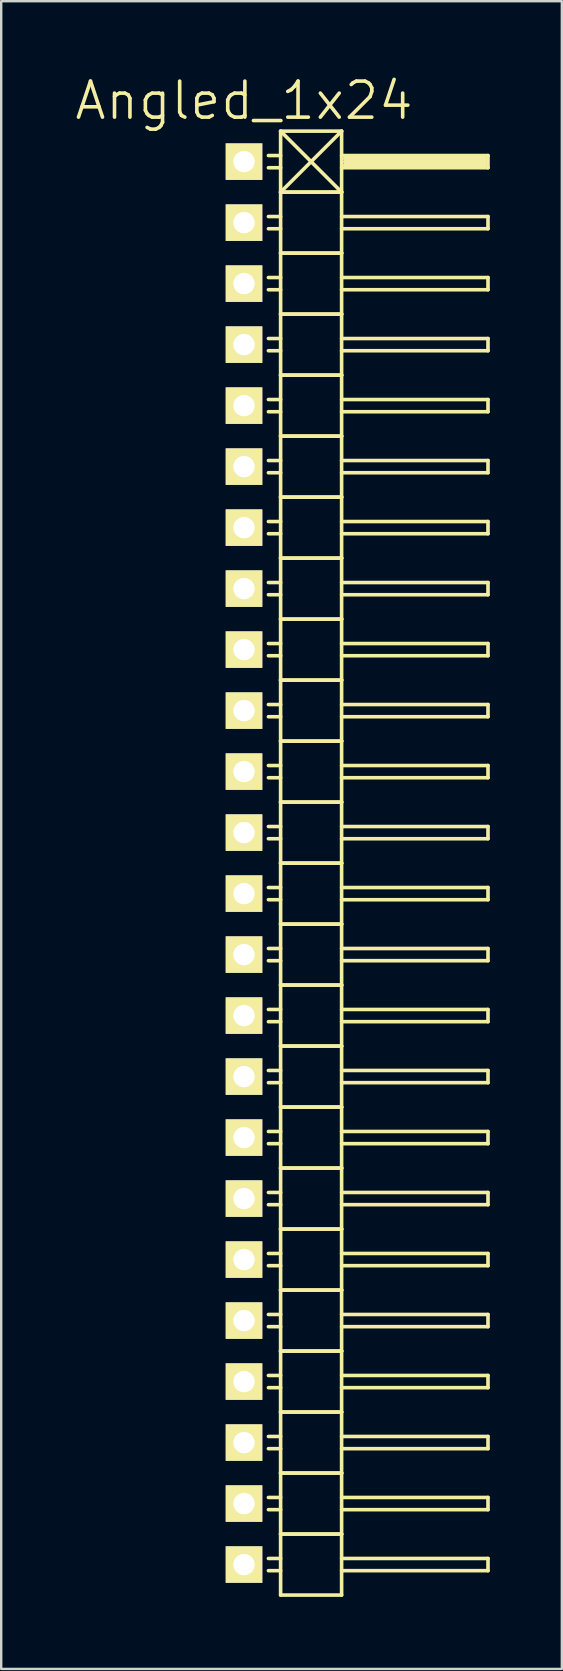
<source format=kicad_pcb>
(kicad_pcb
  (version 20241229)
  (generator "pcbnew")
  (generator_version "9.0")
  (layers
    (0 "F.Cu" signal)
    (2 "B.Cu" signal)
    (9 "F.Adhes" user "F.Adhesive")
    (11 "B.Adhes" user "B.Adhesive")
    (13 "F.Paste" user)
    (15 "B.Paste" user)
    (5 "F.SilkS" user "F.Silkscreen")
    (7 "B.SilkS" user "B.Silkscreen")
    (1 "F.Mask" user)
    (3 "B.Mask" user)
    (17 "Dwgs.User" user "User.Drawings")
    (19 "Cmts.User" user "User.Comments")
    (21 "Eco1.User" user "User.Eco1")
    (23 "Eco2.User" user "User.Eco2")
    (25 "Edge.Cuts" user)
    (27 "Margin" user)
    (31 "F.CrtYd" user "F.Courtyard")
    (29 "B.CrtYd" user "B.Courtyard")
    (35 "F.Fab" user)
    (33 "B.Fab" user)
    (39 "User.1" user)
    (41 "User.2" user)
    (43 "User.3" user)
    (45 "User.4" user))
  (footprint "Angled_1x24"
    (layer "F.Cu")
    (at 7.111 32.891)
    (property "Reference" "Angled_1x24" (at 0 -31.75 0) (layer "F.SilkS") (effects (font (size 1.5 1.5) (thickness 0.15))))
    (attr through_hole)
    (fp_line (start 1.524 -30.48) (end 1.524 -27.94) (stroke (width 0.15) (type solid)) (layer "F.SilkS"))
    (fp_line (start 1.524 -30.48) (end 4.064 -30.48) (stroke (width 0.15) (type solid)) (layer "F.SilkS"))
    (fp_line (start 1.524 -29.464) (end 1.016 -29.464) (stroke (width 0.15) (type solid)) (layer "F.SilkS"))
    (fp_line (start 1.524 -28.956) (end 1.016 -28.956) (stroke (width 0.15) (type solid)) (layer "F.SilkS"))
    (fp_line (start 1.524 -27.94) (end 1.524 -25.4) (stroke (width 0.15) (type solid)) (layer "F.SilkS"))
    (fp_line (start 1.524 -27.94) (end 4.064 -27.94) (stroke (width 0.15) (type solid)) (layer "F.SilkS"))
    (fp_line (start 1.524 -27.94) (end 4.064 -27.94) (stroke (width 0.15) (type solid)) (layer "F.SilkS"))
    (fp_line (start 1.524 -26.924) (end 1.016 -26.924) (stroke (width 0.15) (type solid)) (layer "F.SilkS"))
    (fp_line (start 1.524 -26.416) (end 1.016 -26.416) (stroke (width 0.15) (type solid)) (layer "F.SilkS"))
    (fp_line (start 1.524 -25.4) (end 1.524 -22.86) (stroke (width 0.15) (type solid)) (layer "F.SilkS"))
    (fp_line (start 1.524 -25.4) (end 4.064 -25.4) (stroke (width 0.15) (type solid)) (layer "F.SilkS"))
    (fp_line (start 1.524 -25.4) (end 4.064 -25.4) (stroke (width 0.15) (type solid)) (layer "F.SilkS"))
    (fp_line (start 1.524 -24.384) (end 1.016 -24.384) (stroke (width 0.15) (type solid)) (layer "F.SilkS"))
    (fp_line (start 1.524 -23.876) (end 1.016 -23.876) (stroke (width 0.15) (type solid)) (layer "F.SilkS"))
    (fp_line (start 1.524 -22.86) (end 1.524 -20.32) (stroke (width 0.15) (type solid)) (layer "F.SilkS"))
    (fp_line (start 1.524 -22.86) (end 4.064 -22.86) (stroke (width 0.15) (type solid)) (layer "F.SilkS"))
    (fp_line (start 1.524 -22.86) (end 4.064 -22.86) (stroke (width 0.15) (type solid)) (layer "F.SilkS"))
    (fp_line (start 1.524 -21.844) (end 1.016 -21.844) (stroke (width 0.15) (type solid)) (layer "F.SilkS"))
    (fp_line (start 1.524 -21.336) (end 1.016 -21.336) (stroke (width 0.15) (type solid)) (layer "F.SilkS"))
    (fp_line (start 1.524 -20.32) (end 1.524 -17.78) (stroke (width 0.15) (type solid)) (layer "F.SilkS"))
    (fp_line (start 1.524 -20.32) (end 4.064 -20.32) (stroke (width 0.15) (type solid)) (layer "F.SilkS"))
    (fp_line (start 1.524 -20.32) (end 4.064 -20.32) (stroke (width 0.15) (type solid)) (layer "F.SilkS"))
    (fp_line (start 1.524 -19.304) (end 1.016 -19.304) (stroke (width 0.15) (type solid)) (layer "F.SilkS"))
    (fp_line (start 1.524 -18.796) (end 1.016 -18.796) (stroke (width 0.15) (type solid)) (layer "F.SilkS"))
    (fp_line (start 1.524 -17.78) (end 1.524 -15.24) (stroke (width 0.15) (type solid)) (layer "F.SilkS"))
    (fp_line (start 1.524 -17.78) (end 4.064 -17.78) (stroke (width 0.15) (type solid)) (layer "F.SilkS"))
    (fp_line (start 1.524 -17.78) (end 4.064 -17.78) (stroke (width 0.15) (type solid)) (layer "F.SilkS"))
    (fp_line (start 1.524 -16.764) (end 1.016 -16.764) (stroke (width 0.15) (type solid)) (layer "F.SilkS"))
    (fp_line (start 1.524 -16.256) (end 1.016 -16.256) (stroke (width 0.15) (type solid)) (layer "F.SilkS"))
    (fp_line (start 1.524 -15.24) (end 1.524 -12.7) (stroke (width 0.15) (type solid)) (layer "F.SilkS"))
    (fp_line (start 1.524 -15.24) (end 4.064 -15.24) (stroke (width 0.15) (type solid)) (layer "F.SilkS"))
    (fp_line (start 1.524 -15.24) (end 4.064 -15.24) (stroke (width 0.15) (type solid)) (layer "F.SilkS"))
    (fp_line (start 1.524 -14.224) (end 1.016 -14.224) (stroke (width 0.15) (type solid)) (layer "F.SilkS"))
    (fp_line (start 1.524 -13.716) (end 1.016 -13.716) (stroke (width 0.15) (type solid)) (layer "F.SilkS"))
    (fp_line (start 1.524 -12.7) (end 1.524 -10.16) (stroke (width 0.15) (type solid)) (layer "F.SilkS"))
    (fp_line (start 1.524 -12.7) (end 4.064 -12.7) (stroke (width 0.15) (type solid)) (layer "F.SilkS"))
    (fp_line (start 1.524 -12.7) (end 4.064 -12.7) (stroke (width 0.15) (type solid)) (layer "F.SilkS"))
    (fp_line (start 1.524 -11.684) (end 1.016 -11.684) (stroke (width 0.15) (type solid)) (layer "F.SilkS"))
    (fp_line (start 1.524 -11.176) (end 1.016 -11.176) (stroke (width 0.15) (type solid)) (layer "F.SilkS"))
    (fp_line (start 1.524 -10.16) (end 1.524 -7.62) (stroke (width 0.15) (type solid)) (layer "F.SilkS"))
    (fp_line (start 1.524 -10.16) (end 4.064 -10.16) (stroke (width 0.15) (type solid)) (layer "F.SilkS"))
    (fp_line (start 1.524 -10.16) (end 4.064 -10.16) (stroke (width 0.15) (type solid)) (layer "F.SilkS"))
    (fp_line (start 1.524 -9.144) (end 1.016 -9.144) (stroke (width 0.15) (type solid)) (layer "F.SilkS"))
    (fp_line (start 1.524 -8.636) (end 1.016 -8.636) (stroke (width 0.15) (type solid)) (layer "F.SilkS"))
    (fp_line (start 1.524 -7.62) (end 1.524 -5.08) (stroke (width 0.15) (type solid)) (layer "F.SilkS"))
    (fp_line (start 1.524 -7.62) (end 4.064 -7.62) (stroke (width 0.15) (type solid)) (layer "F.SilkS"))
    (fp_line (start 1.524 -7.62) (end 4.064 -7.62) (stroke (width 0.15) (type solid)) (layer "F.SilkS"))
    (fp_line (start 1.524 -6.604) (end 1.016 -6.604) (stroke (width 0.15) (type solid)) (layer "F.SilkS"))
    (fp_line (start 1.524 -6.096) (end 1.016 -6.096) (stroke (width 0.15) (type solid)) (layer "F.SilkS"))
    (fp_line (start 1.524 -5.08) (end 1.524 -2.54) (stroke (width 0.15) (type solid)) (layer "F.SilkS"))
    (fp_line (start 1.524 -5.08) (end 4.064 -5.08) (stroke (width 0.15) (type solid)) (layer "F.SilkS"))
    (fp_line (start 1.524 -5.08) (end 4.064 -5.08) (stroke (width 0.15) (type solid)) (layer "F.SilkS"))
    (fp_line (start 1.524 -4.064) (end 1.016 -4.064) (stroke (width 0.15) (type solid)) (layer "F.SilkS"))
    (fp_line (start 1.524 -3.556) (end 1.016 -3.556) (stroke (width 0.15) (type solid)) (layer "F.SilkS"))
    (fp_line (start 1.524 -2.54) (end 1.524 0) (stroke (width 0.15) (type solid)) (layer "F.SilkS"))
    (fp_line (start 1.524 -2.54) (end 4.064 -2.54) (stroke (width 0.15) (type solid)) (layer "F.SilkS"))
    (fp_line (start 1.524 -2.54) (end 4.064 -2.54) (stroke (width 0.15) (type solid)) (layer "F.SilkS"))
    (fp_line (start 1.524 -1.524) (end 1.016 -1.524) (stroke (width 0.15) (type solid)) (layer "F.SilkS"))
    (fp_line (start 1.524 -1.016) (end 1.016 -1.016) (stroke (width 0.15) (type solid)) (layer "F.SilkS"))
    (fp_line (start 1.524 0) (end 1.524 2.54) (stroke (width 0.15) (type solid)) (layer "F.SilkS"))
    (fp_line (start 1.524 0) (end 4.064 0) (stroke (width 0.15) (type solid)) (layer "F.SilkS"))
    (fp_line (start 1.524 0) (end 4.064 0) (stroke (width 0.15) (type solid)) (layer "F.SilkS"))
    (fp_line (start 1.524 1.016) (end 1.016 1.016) (stroke (width 0.15) (type solid)) (layer "F.SilkS"))
    (fp_line (start 1.524 1.524) (end 1.016 1.524) (stroke (width 0.15) (type solid)) (layer "F.SilkS"))
    (fp_line (start 1.524 2.54) (end 1.524 5.08) (stroke (width 0.15) (type solid)) (layer "F.SilkS"))
    (fp_line (start 1.524 2.54) (end 4.064 2.54) (stroke (width 0.15) (type solid)) (layer "F.SilkS"))
    (fp_line (start 1.524 2.54) (end 4.064 2.54) (stroke (width 0.15) (type solid)) (layer "F.SilkS"))
    (fp_line (start 1.524 3.556) (end 1.016 3.556) (stroke (width 0.15) (type solid)) (layer "F.SilkS"))
    (fp_line (start 1.524 4.064) (end 1.016 4.064) (stroke (width 0.15) (type solid)) (layer "F.SilkS"))
    (fp_line (start 1.524 5.08) (end 1.524 7.62) (stroke (width 0.15) (type solid)) (layer "F.SilkS"))
    (fp_line (start 1.524 5.08) (end 4.064 5.08) (stroke (width 0.15) (type solid)) (layer "F.SilkS"))
    (fp_line (start 1.524 5.08) (end 4.064 5.08) (stroke (width 0.15) (type solid)) (layer "F.SilkS"))
    (fp_line (start 1.524 6.096) (end 1.016 6.096) (stroke (width 0.15) (type solid)) (layer "F.SilkS"))
    (fp_line (start 1.524 6.604) (end 1.016 6.604) (stroke (width 0.15) (type solid)) (layer "F.SilkS"))
    (fp_line (start 1.524 7.62) (end 1.524 10.16) (stroke (width 0.15) (type solid)) (layer "F.SilkS"))
    (fp_line (start 1.524 7.62) (end 4.064 7.62) (stroke (width 0.15) (type solid)) (layer "F.SilkS"))
    (fp_line (start 1.524 7.62) (end 4.064 7.62) (stroke (width 0.15) (type solid)) (layer "F.SilkS"))
    (fp_line (start 1.524 8.636) (end 1.016 8.636) (stroke (width 0.15) (type solid)) (layer "F.SilkS"))
    (fp_line (start 1.524 9.144) (end 1.016 9.144) (stroke (width 0.15) (type solid)) (layer "F.SilkS"))
    (fp_line (start 1.524 10.16) (end 1.524 12.7) (stroke (width 0.15) (type solid)) (layer "F.SilkS"))
    (fp_line (start 1.524 10.16) (end 4.064 10.16) (stroke (width 0.15) (type solid)) (layer "F.SilkS"))
    (fp_line (start 1.524 10.16) (end 4.064 10.16) (stroke (width 0.15) (type solid)) (layer "F.SilkS"))
    (fp_line (start 1.524 11.176) (end 1.016 11.176) (stroke (width 0.15) (type solid)) (layer "F.SilkS"))
    (fp_line (start 1.524 11.684) (end 1.016 11.684) (stroke (width 0.15) (type solid)) (layer "F.SilkS"))
    (fp_line (start 1.524 12.7) (end 1.524 15.24) (stroke (width 0.15) (type solid)) (layer "F.SilkS"))
    (fp_line (start 1.524 12.7) (end 4.064 12.7) (stroke (width 0.15) (type solid)) (layer "F.SilkS"))
    (fp_line (start 1.524 12.7) (end 4.064 12.7) (stroke (width 0.15) (type solid)) (layer "F.SilkS"))
    (fp_line (start 1.524 13.716) (end 1.016 13.716) (stroke (width 0.15) (type solid)) (layer "F.SilkS"))
    (fp_line (start 1.524 14.224) (end 1.016 14.224) (stroke (width 0.15) (type solid)) (layer "F.SilkS"))
    (fp_line (start 1.524 15.24) (end 1.524 17.78) (stroke (width 0.15) (type solid)) (layer "F.SilkS"))
    (fp_line (start 1.524 15.24) (end 4.064 15.24) (stroke (width 0.15) (type solid)) (layer "F.SilkS"))
    (fp_line (start 1.524 15.24) (end 4.064 15.24) (stroke (width 0.15) (type solid)) (layer "F.SilkS"))
    (fp_line (start 1.524 16.256) (end 1.016 16.256) (stroke (width 0.15) (type solid)) (layer "F.SilkS"))
    (fp_line (start 1.524 16.764) (end 1.016 16.764) (stroke (width 0.15) (type solid)) (layer "F.SilkS"))
    (fp_line (start 1.524 17.78) (end 1.524 20.32) (stroke (width 0.15) (type solid)) (layer "F.SilkS"))
    (fp_line (start 1.524 17.78) (end 4.064 17.78) (stroke (width 0.15) (type solid)) (layer "F.SilkS"))
    (fp_line (start 1.524 17.78) (end 4.064 17.78) (stroke (width 0.15) (type solid)) (layer "F.SilkS"))
    (fp_line (start 1.524 18.796) (end 1.016 18.796) (stroke (width 0.15) (type solid)) (layer "F.SilkS"))
    (fp_line (start 1.524 19.304) (end 1.016 19.304) (stroke (width 0.15) (type solid)) (layer "F.SilkS"))
    (fp_line (start 1.524 20.32) (end 1.524 22.86) (stroke (width 0.15) (type solid)) (layer "F.SilkS"))
    (fp_line (start 1.524 20.32) (end 4.064 20.32) (stroke (width 0.15) (type solid)) (layer "F.SilkS"))
    (fp_line (start 1.524 20.32) (end 4.064 20.32) (stroke (width 0.15) (type solid)) (layer "F.SilkS"))
    (fp_line (start 1.524 21.336) (end 1.016 21.336) (stroke (width 0.15) (type solid)) (layer "F.SilkS"))
    (fp_line (start 1.524 21.844) (end 1.016 21.844) (stroke (width 0.15) (type solid)) (layer "F.SilkS"))
    (fp_line (start 1.524 22.86) (end 1.524 25.4) (stroke (width 0.15) (type solid)) (layer "F.SilkS"))
    (fp_line (start 1.524 22.86) (end 4.064 22.86) (stroke (width 0.15) (type solid)) (layer "F.SilkS"))
    (fp_line (start 1.524 22.86) (end 4.064 22.86) (stroke (width 0.15) (type solid)) (layer "F.SilkS"))
    (fp_line (start 1.524 23.876) (end 1.016 23.876) (stroke (width 0.15) (type solid)) (layer "F.SilkS"))
    (fp_line (start 1.524 24.384) (end 1.016 24.384) (stroke (width 0.15) (type solid)) (layer "F.SilkS"))
    (fp_line (start 1.524 25.4) (end 1.524 27.94) (stroke (width 0.15) (type solid)) (layer "F.SilkS"))
    (fp_line (start 1.524 25.4) (end 4.064 25.4) (stroke (width 0.15) (type solid)) (layer "F.SilkS"))
    (fp_line (start 1.524 25.4) (end 4.064 25.4) (stroke (width 0.15) (type solid)) (layer "F.SilkS"))
    (fp_line (start 1.524 26.416) (end 1.016 26.416) (stroke (width 0.15) (type solid)) (layer "F.SilkS"))
    (fp_line (start 1.524 26.924) (end 1.016 26.924) (stroke (width 0.15) (type solid)) (layer "F.SilkS"))
    (fp_line (start 1.524 27.94) (end 1.524 30.48) (stroke (width 0.15) (type solid)) (layer "F.SilkS"))
    (fp_line (start 1.524 27.94) (end 4.064 27.94) (stroke (width 0.15) (type solid)) (layer "F.SilkS"))
    (fp_line (start 1.524 27.94) (end 4.064 27.94) (stroke (width 0.15) (type solid)) (layer "F.SilkS"))
    (fp_line (start 1.524 28.956) (end 1.016 28.956) (stroke (width 0.15) (type solid)) (layer "F.SilkS"))
    (fp_line (start 1.524 29.464) (end 1.016 29.464) (stroke (width 0.15) (type solid)) (layer "F.SilkS"))
    (fp_line (start 1.524 30.48) (end 4.064 30.48) (stroke (width 0.15) (type solid)) (layer "F.SilkS"))
    (fp_line (start 4.064 -30.48) (end 1.524 -27.94) (stroke (width 0.15) (type solid)) (layer "F.SilkS"))
    (fp_line (start 4.064 -29.464) (end 10.16 -29.464) (stroke (width 0.15) (type solid)) (layer "F.SilkS"))
    (fp_line (start 4.064 -27.94) (end 1.524 -30.48) (stroke (width 0.15) (type solid)) (layer "F.SilkS"))
    (fp_line (start 4.064 -27.94) (end 4.064 -30.48) (stroke (width 0.15) (type solid)) (layer "F.SilkS"))
    (fp_line (start 4.064 -26.924) (end 10.16 -26.924) (stroke (width 0.15) (type solid)) (layer "F.SilkS"))
    (fp_line (start 4.064 -25.4) (end 4.064 -27.94) (stroke (width 0.15) (type solid)) (layer "F.SilkS"))
    (fp_line (start 4.064 -24.384) (end 10.16 -24.384) (stroke (width 0.15) (type solid)) (layer "F.SilkS"))
    (fp_line (start 4.064 -22.86) (end 4.064 -25.4) (stroke (width 0.15) (type solid)) (layer "F.SilkS"))
    (fp_line (start 4.064 -21.844) (end 10.16 -21.844) (stroke (width 0.15) (type solid)) (layer "F.SilkS"))
    (fp_line (start 4.064 -20.32) (end 4.064 -22.86) (stroke (width 0.15) (type solid)) (layer "F.SilkS"))
    (fp_line (start 4.064 -19.304) (end 10.16 -19.304) (stroke (width 0.15) (type solid)) (layer "F.SilkS"))
    (fp_line (start 4.064 -17.78) (end 4.064 -20.32) (stroke (width 0.15) (type solid)) (layer "F.SilkS"))
    (fp_line (start 4.064 -16.764) (end 10.16 -16.764) (stroke (width 0.15) (type solid)) (layer "F.SilkS"))
    (fp_line (start 4.064 -15.24) (end 4.064 -17.78) (stroke (width 0.15) (type solid)) (layer "F.SilkS"))
    (fp_line (start 4.064 -14.224) (end 10.16 -14.224) (stroke (width 0.15) (type solid)) (layer "F.SilkS"))
    (fp_line (start 4.064 -12.7) (end 4.064 -15.24) (stroke (width 0.15) (type solid)) (layer "F.SilkS"))
    (fp_line (start 4.064 -11.684) (end 10.16 -11.684) (stroke (width 0.15) (type solid)) (layer "F.SilkS"))
    (fp_line (start 4.064 -10.16) (end 4.064 -12.7) (stroke (width 0.15) (type solid)) (layer "F.SilkS"))
    (fp_line (start 4.064 -9.144) (end 10.16 -9.144) (stroke (width 0.15) (type solid)) (layer "F.SilkS"))
    (fp_line (start 4.064 -7.62) (end 4.064 -10.16) (stroke (width 0.15) (type solid)) (layer "F.SilkS"))
    (fp_line (start 4.064 -6.604) (end 10.16 -6.604) (stroke (width 0.15) (type solid)) (layer "F.SilkS"))
    (fp_line (start 4.064 -5.08) (end 4.064 -7.62) (stroke (width 0.15) (type solid)) (layer "F.SilkS"))
    (fp_line (start 4.064 -4.064) (end 10.16 -4.064) (stroke (width 0.15) (type solid)) (layer "F.SilkS"))
    (fp_line (start 4.064 -2.54) (end 4.064 -5.08) (stroke (width 0.15) (type solid)) (layer "F.SilkS"))
    (fp_line (start 4.064 -1.524) (end 10.16 -1.524) (stroke (width 0.15) (type solid)) (layer "F.SilkS"))
    (fp_line (start 4.064 0) (end 4.064 -2.54) (stroke (width 0.15) (type solid)) (layer "F.SilkS"))
    (fp_line (start 4.064 1.016) (end 10.16 1.016) (stroke (width 0.15) (type solid)) (layer "F.SilkS"))
    (fp_line (start 4.064 2.54) (end 4.064 0) (stroke (width 0.15) (type solid)) (layer "F.SilkS"))
    (fp_line (start 4.064 3.556) (end 10.16 3.556) (stroke (width 0.15) (type solid)) (layer "F.SilkS"))
    (fp_line (start 4.064 5.08) (end 4.064 2.54) (stroke (width 0.15) (type solid)) (layer "F.SilkS"))
    (fp_line (start 4.064 6.096) (end 10.16 6.096) (stroke (width 0.15) (type solid)) (layer "F.SilkS"))
    (fp_line (start 4.064 7.62) (end 4.064 5.08) (stroke (width 0.15) (type solid)) (layer "F.SilkS"))
    (fp_line (start 4.064 8.636) (end 10.16 8.636) (stroke (width 0.15) (type solid)) (layer "F.SilkS"))
    (fp_line (start 4.064 10.16) (end 4.064 7.62) (stroke (width 0.15) (type solid)) (layer "F.SilkS"))
    (fp_line (start 4.064 11.176) (end 10.16 11.176) (stroke (width 0.15) (type solid)) (layer "F.SilkS"))
    (fp_line (start 4.064 12.7) (end 4.064 10.16) (stroke (width 0.15) (type solid)) (layer "F.SilkS"))
    (fp_line (start 4.064 13.716) (end 10.16 13.716) (stroke (width 0.15) (type solid)) (layer "F.SilkS"))
    (fp_line (start 4.064 15.24) (end 4.064 12.7) (stroke (width 0.15) (type solid)) (layer "F.SilkS"))
    (fp_line (start 4.064 16.256) (end 10.16 16.256) (stroke (width 0.15) (type solid)) (layer "F.SilkS"))
    (fp_line (start 4.064 17.78) (end 4.064 15.24) (stroke (width 0.15) (type solid)) (layer "F.SilkS"))
    (fp_line (start 4.064 18.796) (end 10.16 18.796) (stroke (width 0.15) (type solid)) (layer "F.SilkS"))
    (fp_line (start 4.064 20.32) (end 4.064 17.78) (stroke (width 0.15) (type solid)) (layer "F.SilkS"))
    (fp_line (start 4.064 21.336) (end 10.16 21.336) (stroke (width 0.15) (type solid)) (layer "F.SilkS"))
    (fp_line (start 4.064 22.86) (end 4.064 20.32) (stroke (width 0.15) (type solid)) (layer "F.SilkS"))
    (fp_line (start 4.064 23.876) (end 10.16 23.876) (stroke (width 0.15) (type solid)) (layer "F.SilkS"))
    (fp_line (start 4.064 25.4) (end 4.064 22.86) (stroke (width 0.15) (type solid)) (layer "F.SilkS"))
    (fp_line (start 4.064 26.416) (end 10.16 26.416) (stroke (width 0.15) (type solid)) (layer "F.SilkS"))
    (fp_line (start 4.064 27.94) (end 4.064 25.4) (stroke (width 0.15) (type solid)) (layer "F.SilkS"))
    (fp_line (start 4.064 28.956) (end 10.16 28.956) (stroke (width 0.15) (type solid)) (layer "F.SilkS"))
    (fp_line (start 4.064 30.48) (end 4.064 27.94) (stroke (width 0.15) (type solid)) (layer "F.SilkS"))
    (fp_line (start 4.191 -29.337) (end 10.033 -29.337) (stroke (width 0.15) (type solid)) (layer "F.SilkS"))
    (fp_line (start 4.191 -29.21) (end 10.033 -29.21) (stroke (width 0.15) (type solid)) (layer "F.SilkS"))
    (fp_line (start 10.033 -29.337) (end 10.033 -29.083) (stroke (width 0.15) (type solid)) (layer "F.SilkS"))
    (fp_line (start 10.033 -29.083) (end 4.191 -29.083) (stroke (width 0.15) (type solid)) (layer "F.SilkS"))
    (fp_line (start 10.16 -29.464) (end 10.16 -28.956) (stroke (width 0.15) (type solid)) (layer "F.SilkS"))
    (fp_line (start 10.16 -28.956) (end 4.064 -28.956) (stroke (width 0.15) (type solid)) (layer "F.SilkS"))
    (fp_line (start 10.16 -26.924) (end 10.16 -26.416) (stroke (width 0.15) (type solid)) (layer "F.SilkS"))
    (fp_line (start 10.16 -26.416) (end 4.064 -26.416) (stroke (width 0.15) (type solid)) (layer "F.SilkS"))
    (fp_line (start 10.16 -24.384) (end 10.16 -23.876) (stroke (width 0.15) (type solid)) (layer "F.SilkS"))
    (fp_line (start 10.16 -23.876) (end 4.064 -23.876) (stroke (width 0.15) (type solid)) (layer "F.SilkS"))
    (fp_line (start 10.16 -21.844) (end 10.16 -21.336) (stroke (width 0.15) (type solid)) (layer "F.SilkS"))
    (fp_line (start 10.16 -21.336) (end 4.064 -21.336) (stroke (width 0.15) (type solid)) (layer "F.SilkS"))
    (fp_line (start 10.16 -19.304) (end 10.16 -18.796) (stroke (width 0.15) (type solid)) (layer "F.SilkS"))
    (fp_line (start 10.16 -18.796) (end 4.064 -18.796) (stroke (width 0.15) (type solid)) (layer "F.SilkS"))
    (fp_line (start 10.16 -16.764) (end 10.16 -16.256) (stroke (width 0.15) (type solid)) (layer "F.SilkS"))
    (fp_line (start 10.16 -16.256) (end 4.064 -16.256) (stroke (width 0.15) (type solid)) (layer "F.SilkS"))
    (fp_line (start 10.16 -14.224) (end 10.16 -13.716) (stroke (width 0.15) (type solid)) (layer "F.SilkS"))
    (fp_line (start 10.16 -13.716) (end 4.064 -13.716) (stroke (width 0.15) (type solid)) (layer "F.SilkS"))
    (fp_line (start 10.16 -11.684) (end 10.16 -11.176) (stroke (width 0.15) (type solid)) (layer "F.SilkS"))
    (fp_line (start 10.16 -11.176) (end 4.064 -11.176) (stroke (width 0.15) (type solid)) (layer "F.SilkS"))
    (fp_line (start 10.16 -9.144) (end 10.16 -8.636) (stroke (width 0.15) (type solid)) (layer "F.SilkS"))
    (fp_line (start 10.16 -8.636) (end 4.064 -8.636) (stroke (width 0.15) (type solid)) (layer "F.SilkS"))
    (fp_line (start 10.16 -6.604) (end 10.16 -6.096) (stroke (width 0.15) (type solid)) (layer "F.SilkS"))
    (fp_line (start 10.16 -6.096) (end 4.064 -6.096) (stroke (width 0.15) (type solid)) (layer "F.SilkS"))
    (fp_line (start 10.16 -4.064) (end 10.16 -3.556) (stroke (width 0.15) (type solid)) (layer "F.SilkS"))
    (fp_line (start 10.16 -3.556) (end 4.064 -3.556) (stroke (width 0.15) (type solid)) (layer "F.SilkS"))
    (fp_line (start 10.16 -1.524) (end 10.16 -1.016) (stroke (width 0.15) (type solid)) (layer "F.SilkS"))
    (fp_line (start 10.16 -1.016) (end 4.064 -1.016) (stroke (width 0.15) (type solid)) (layer "F.SilkS"))
    (fp_line (start 10.16 1.016) (end 10.16 1.524) (stroke (width 0.15) (type solid)) (layer "F.SilkS"))
    (fp_line (start 10.16 1.524) (end 4.064 1.524) (stroke (width 0.15) (type solid)) (layer "F.SilkS"))
    (fp_line (start 10.16 3.556) (end 10.16 4.064) (stroke (width 0.15) (type solid)) (layer "F.SilkS"))
    (fp_line (start 10.16 4.064) (end 4.064 4.064) (stroke (width 0.15) (type solid)) (layer "F.SilkS"))
    (fp_line (start 10.16 6.096) (end 10.16 6.604) (stroke (width 0.15) (type solid)) (layer "F.SilkS"))
    (fp_line (start 10.16 6.604) (end 4.064 6.604) (stroke (width 0.15) (type solid)) (layer "F.SilkS"))
    (fp_line (start 10.16 8.636) (end 10.16 9.144) (stroke (width 0.15) (type solid)) (layer "F.SilkS"))
    (fp_line (start 10.16 9.144) (end 4.064 9.144) (stroke (width 0.15) (type solid)) (layer "F.SilkS"))
    (fp_line (start 10.16 11.176) (end 10.16 11.684) (stroke (width 0.15) (type solid)) (layer "F.SilkS"))
    (fp_line (start 10.16 11.684) (end 4.064 11.684) (stroke (width 0.15) (type solid)) (layer "F.SilkS"))
    (fp_line (start 10.16 13.716) (end 10.16 14.224) (stroke (width 0.15) (type solid)) (layer "F.SilkS"))
    (fp_line (start 10.16 14.224) (end 4.064 14.224) (stroke (width 0.15) (type solid)) (layer "F.SilkS"))
    (fp_line (start 10.16 16.256) (end 10.16 16.764) (stroke (width 0.15) (type solid)) (layer "F.SilkS"))
    (fp_line (start 10.16 16.764) (end 4.064 16.764) (stroke (width 0.15) (type solid)) (layer "F.SilkS"))
    (fp_line (start 10.16 18.796) (end 10.16 19.304) (stroke (width 0.15) (type solid)) (layer "F.SilkS"))
    (fp_line (start 10.16 19.304) (end 4.064 19.304) (stroke (width 0.15) (type solid)) (layer "F.SilkS"))
    (fp_line (start 10.16 21.336) (end 10.16 21.844) (stroke (width 0.15) (type solid)) (layer "F.SilkS"))
    (fp_line (start 10.16 21.844) (end 4.064 21.844) (stroke (width 0.15) (type solid)) (layer "F.SilkS"))
    (fp_line (start 10.16 23.876) (end 10.16 24.384) (stroke (width 0.15) (type solid)) (layer "F.SilkS"))
    (fp_line (start 10.16 24.384) (end 4.064 24.384) (stroke (width 0.15) (type solid)) (layer "F.SilkS"))
    (fp_line (start 10.16 26.416) (end 10.16 26.924) (stroke (width 0.15) (type solid)) (layer "F.SilkS"))
    (fp_line (start 10.16 26.924) (end 4.064 26.924) (stroke (width 0.15) (type solid)) (layer "F.SilkS"))
    (fp_line (start 10.16 28.956) (end 10.16 29.464) (stroke (width 0.15) (type solid)) (layer "F.SilkS"))
    (fp_line (start 10.16 29.464) (end 4.064 29.464) (stroke (width 0.15) (type solid)) (layer "F.SilkS"))
    (pad "1" thru_hole rect (at 0 -29.21) (size 1.524 1.524) (drill 0.889) (layers "*.Cu" "*.Mask" "F.SilkS"))
    (pad "2" thru_hole rect (at 0 -26.67) (size 1.524 1.524) (drill 0.889) (layers "*.Cu" "*.Mask" "F.SilkS"))
    (pad "3" thru_hole rect (at 0 -24.13) (size 1.524 1.524) (drill 0.889) (layers "*.Cu" "*.Mask" "F.SilkS"))
    (pad "4" thru_hole rect (at 0 -21.59) (size 1.524 1.524) (drill 0.889) (layers "*.Cu" "*.Mask" "F.SilkS"))
    (pad "5" thru_hole rect (at 0 -19.05) (size 1.524 1.524) (drill 0.889) (layers "*.Cu" "*.Mask" "F.SilkS"))
    (pad "6" thru_hole rect (at 0 -16.51) (size 1.524 1.524) (drill 0.889) (layers "*.Cu" "*.Mask" "F.SilkS"))
    (pad "7" thru_hole rect (at 0 -13.97) (size 1.524 1.524) (drill 0.889) (layers "*.Cu" "*.Mask" "F.SilkS"))
    (pad "8" thru_hole rect (at 0 -11.43) (size 1.524 1.524) (drill 0.889) (layers "*.Cu" "*.Mask" "F.SilkS"))
    (pad "9" thru_hole rect (at 0 -8.89) (size 1.524 1.524) (drill 0.889) (layers "*.Cu" "*.Mask" "F.SilkS"))
    (pad "10" thru_hole rect (at 0 -6.35) (size 1.524 1.524) (drill 0.889) (layers "*.Cu" "*.Mask" "F.SilkS"))
    (pad "11" thru_hole rect (at 0 -3.81) (size 1.524 1.524) (drill 0.889) (layers "*.Cu" "*.Mask" "F.SilkS"))
    (pad "12" thru_hole rect (at 0 -1.27) (size 1.524 1.524) (drill 0.889) (layers "*.Cu" "*.Mask" "F.SilkS"))
    (pad "13" thru_hole rect (at 0 1.27) (size 1.524 1.524) (drill 0.889) (layers "*.Cu" "*.Mask" "F.SilkS"))
    (pad "14" thru_hole rect (at 0 3.81) (size 1.524 1.524) (drill 0.889) (layers "*.Cu" "*.Mask" "F.SilkS"))
    (pad "15" thru_hole rect (at 0 6.35) (size 1.524 1.524) (drill 0.889) (layers "*.Cu" "*.Mask" "F.SilkS"))
    (pad "16" thru_hole rect (at 0 8.89) (size 1.524 1.524) (drill 0.889) (layers "*.Cu" "*.Mask" "F.SilkS"))
    (pad "17" thru_hole rect (at 0 11.43) (size 1.524 1.524) (drill 0.889) (layers "*.Cu" "*.Mask" "F.SilkS"))
    (pad "18" thru_hole rect (at 0 13.97) (size 1.524 1.524) (drill 0.889) (layers "*.Cu" "*.Mask" "F.SilkS"))
    (pad "19" thru_hole rect (at 0 16.51) (size 1.524 1.524) (drill 0.889) (layers "*.Cu" "*.Mask" "F.SilkS"))
    (pad "20" thru_hole rect (at 0 19.05) (size 1.524 1.524) (drill 0.889) (layers "*.Cu" "*.Mask" "F.SilkS"))
    (pad "21" thru_hole rect (at 0 21.59) (size 1.524 1.524) (drill 0.889) (layers "*.Cu" "*.Mask" "F.SilkS"))
    (pad "22" thru_hole rect (at 0 24.13) (size 1.524 1.524) (drill 0.889) (layers "*.Cu" "*.Mask" "F.SilkS"))
    (pad "23" thru_hole rect (at 0 26.67) (size 1.524 1.524) (drill 0.889) (layers "*.Cu" "*.Mask" "F.SilkS"))
    (pad "24" thru_hole rect (at 0 29.21) (size 1.524 1.524) (drill 0.889) (layers "*.Cu" "*.Mask" "F.SilkS")))
  (gr_rect
    (start -3 -3)
    (end 20.346 66.446)
    (stroke (width 0.1) (type default))
    (fill no)
    (layer "Edge.Cuts")))
</source>
